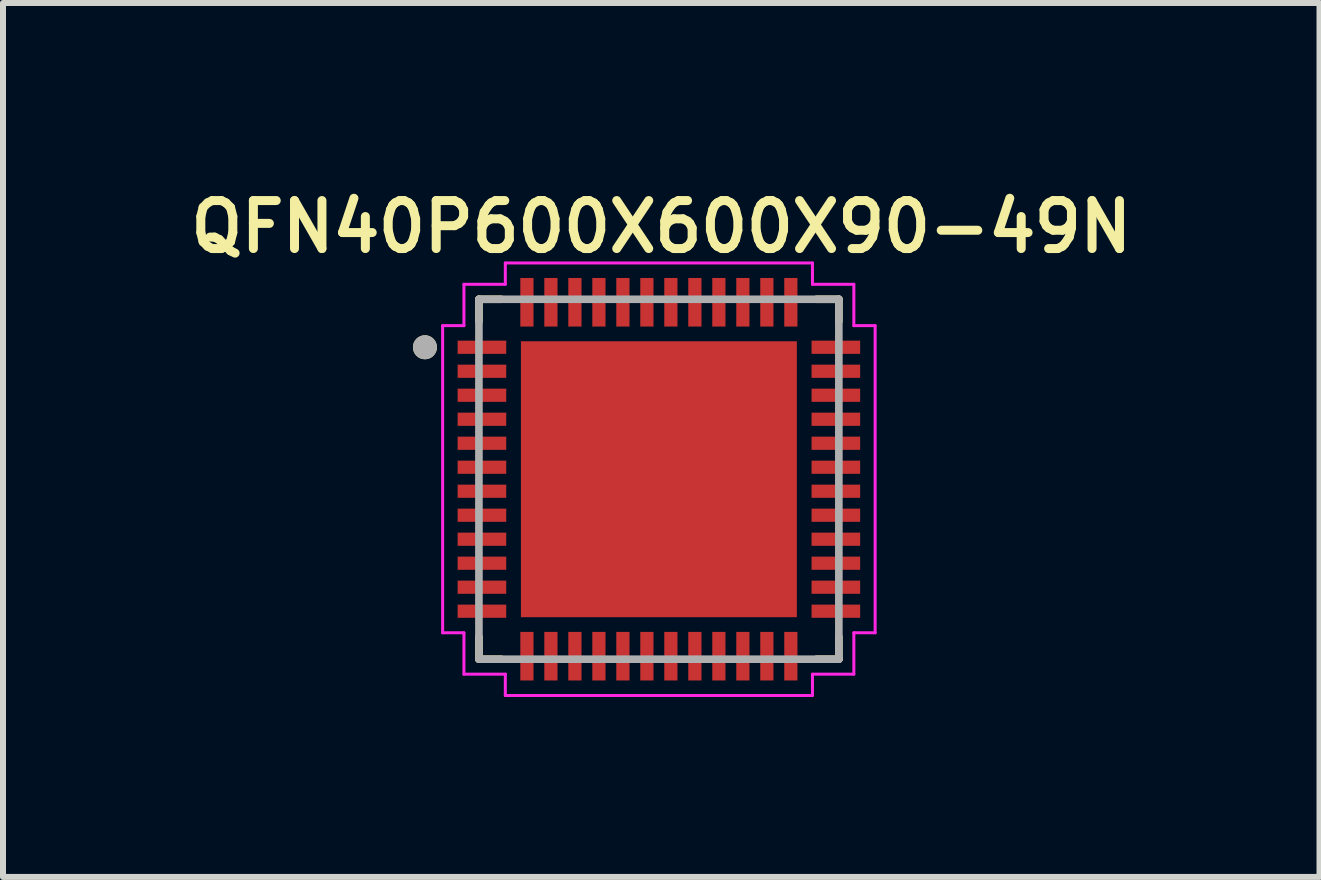
<source format=kicad_pcb>
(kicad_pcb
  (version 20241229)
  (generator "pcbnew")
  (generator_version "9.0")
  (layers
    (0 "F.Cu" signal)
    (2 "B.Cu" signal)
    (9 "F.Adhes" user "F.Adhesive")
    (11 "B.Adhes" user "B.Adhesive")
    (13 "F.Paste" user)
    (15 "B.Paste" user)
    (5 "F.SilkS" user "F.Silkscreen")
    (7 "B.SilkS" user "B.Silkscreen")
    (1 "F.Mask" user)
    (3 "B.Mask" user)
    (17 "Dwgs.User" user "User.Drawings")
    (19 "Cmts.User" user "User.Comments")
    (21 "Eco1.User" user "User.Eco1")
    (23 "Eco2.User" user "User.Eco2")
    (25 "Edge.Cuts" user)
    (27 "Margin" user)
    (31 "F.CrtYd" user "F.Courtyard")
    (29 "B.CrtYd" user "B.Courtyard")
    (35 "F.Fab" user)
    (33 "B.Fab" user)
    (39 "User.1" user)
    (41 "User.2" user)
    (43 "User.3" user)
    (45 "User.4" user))
  (footprint "QFN40P600X600X90-49N"
    (layer "F.Cu")
    (at 7.934 4.939)
    (property "Reference" "QFN40P600X600X90-49N" (at 0.04 -4.208 0) (layer "F.SilkS") (effects (font (size 0.8 0.8) (thickness 0.15))))
    (attr through_hole)
    (fp_line (start -3 -3) (end -3 -2.63) (stroke (width 0.127) (type solid)) (layer "F.SilkS"))
    (fp_line (start -3 2.63) (end -3 3) (stroke (width 0.127) (type solid)) (layer "F.SilkS"))
    (fp_line (start -3 3) (end -2.63 3) (stroke (width 0.127) (type solid)) (layer "F.SilkS"))
    (fp_line (start -2.63 -3) (end -3 -3) (stroke (width 0.127) (type solid)) (layer "F.SilkS"))
    (fp_line (start 2.63 3) (end 3 3) (stroke (width 0.127) (type solid)) (layer "F.SilkS"))
    (fp_line (start 3 -3) (end 2.63 -3) (stroke (width 0.127) (type solid)) (layer "F.SilkS"))
    (fp_line (start 3 -2.63) (end 3 -3) (stroke (width 0.127) (type solid)) (layer "F.SilkS"))
    (fp_line (start 3 3) (end 3 2.63) (stroke (width 0.127) (type solid)) (layer "F.SilkS"))
    (fp_circle (center -3.9 -2.2) (end -3.8 -2.2) (stroke (width 0.2) (type solid)) (fill no) (layer "F.SilkS"))
    (fp_poly (pts (xy -1.965 -1.965) (xy -0.335 -1.965) (xy -0.335 -0.335) (xy -1.965 -0.335)) (stroke (width 0.01) (type solid)) (fill yes) (layer "F.Paste"))
    (fp_poly (pts (xy -1.965 0.335) (xy -0.335 0.335) (xy -0.335 1.965) (xy -1.965 1.965)) (stroke (width 0.01) (type solid)) (fill yes) (layer "F.Paste"))
    (fp_poly (pts (xy 0.335 -1.965) (xy 1.965 -1.965) (xy 1.965 -0.335) (xy 0.335 -0.335)) (stroke (width 0.01) (type solid)) (fill yes) (layer "F.Paste"))
    (fp_poly (pts (xy 0.335 0.335) (xy 1.965 0.335) (xy 1.965 1.965) (xy 0.335 1.965)) (stroke (width 0.01) (type solid)) (fill yes) (layer "F.Paste"))
    (fp_line (start -3.605 -2.56) (end -3.25 -2.56) (stroke (width 0.05) (type solid)) (layer "F.CrtYd"))
    (fp_line (start -3.605 2.56) (end -3.605 -2.56) (stroke (width 0.05) (type solid)) (layer "F.CrtYd"))
    (fp_line (start -3.25 -3.25) (end -2.56 -3.25) (stroke (width 0.05) (type solid)) (layer "F.CrtYd"))
    (fp_line (start -3.25 -2.56) (end -3.25 -3.25) (stroke (width 0.05) (type solid)) (layer "F.CrtYd"))
    (fp_line (start -3.25 2.56) (end -3.605 2.56) (stroke (width 0.05) (type solid)) (layer "F.CrtYd"))
    (fp_line (start -3.25 3.25) (end -3.25 2.56) (stroke (width 0.05) (type solid)) (layer "F.CrtYd"))
    (fp_line (start -2.56 -3.605) (end 2.56 -3.605) (stroke (width 0.05) (type solid)) (layer "F.CrtYd"))
    (fp_line (start -2.56 -3.25) (end -2.56 -3.605) (stroke (width 0.05) (type solid)) (layer "F.CrtYd"))
    (fp_line (start -2.56 3.25) (end -3.25 3.25) (stroke (width 0.05) (type solid)) (layer "F.CrtYd"))
    (fp_line (start -2.56 3.605) (end -2.56 3.25) (stroke (width 0.05) (type solid)) (layer "F.CrtYd"))
    (fp_line (start 2.56 -3.605) (end 2.56 -3.25) (stroke (width 0.05) (type solid)) (layer "F.CrtYd"))
    (fp_line (start 2.56 -3.25) (end 3.25 -3.25) (stroke (width 0.05) (type solid)) (layer "F.CrtYd"))
    (fp_line (start 2.56 3.25) (end 2.56 3.605) (stroke (width 0.05) (type solid)) (layer "F.CrtYd"))
    (fp_line (start 2.56 3.605) (end -2.56 3.605) (stroke (width 0.05) (type solid)) (layer "F.CrtYd"))
    (fp_line (start 3.25 -3.25) (end 3.25 -2.56) (stroke (width 0.05) (type solid)) (layer "F.CrtYd"))
    (fp_line (start 3.25 -2.56) (end 3.605 -2.56) (stroke (width 0.05) (type solid)) (layer "F.CrtYd"))
    (fp_line (start 3.25 2.56) (end 3.25 3.25) (stroke (width 0.05) (type solid)) (layer "F.CrtYd"))
    (fp_line (start 3.25 3.25) (end 2.56 3.25) (stroke (width 0.05) (type solid)) (layer "F.CrtYd"))
    (fp_line (start 3.605 -2.56) (end 3.605 2.56) (stroke (width 0.05) (type solid)) (layer "F.CrtYd"))
    (fp_line (start 3.605 2.56) (end 3.25 2.56) (stroke (width 0.05) (type solid)) (layer "F.CrtYd"))
    (fp_line (start -3 -3) (end -3 3) (stroke (width 0.127) (type solid)) (layer "F.Fab"))
    (fp_line (start -3 3) (end 3 3) (stroke (width 0.127) (type solid)) (layer "F.Fab"))
    (fp_line (start 3 -3) (end -3 -3) (stroke (width 0.127) (type solid)) (layer "F.Fab"))
    (fp_line (start 3 3) (end 3 -3) (stroke (width 0.127) (type solid)) (layer "F.Fab"))
    (fp_circle (center -3.9 -2.2) (end -3.8 -2.2) (stroke (width 0.2) (type solid)) (fill no) (layer "F.Fab"))
    (pad "1" smd rect (at -2.95 -2.2) (size 0.81 0.22) (layers "F.Cu" "F.Mask" "F.Paste"))
    (pad "2" smd rect (at -2.95 -1.8) (size 0.81 0.22) (layers "F.Cu" "F.Mask" "F.Paste"))
    (pad "3" smd rect (at -2.95 -1.4) (size 0.81 0.22) (layers "F.Cu" "F.Mask" "F.Paste"))
    (pad "4" smd rect (at -2.95 -1) (size 0.81 0.22) (layers "F.Cu" "F.Mask" "F.Paste"))
    (pad "5" smd rect (at -2.95 -0.6) (size 0.81 0.22) (layers "F.Cu" "F.Mask" "F.Paste"))
    (pad "6" smd rect (at -2.95 -0.2) (size 0.81 0.22) (layers "F.Cu" "F.Mask" "F.Paste"))
    (pad "7" smd rect (at -2.95 0.2) (size 0.81 0.22) (layers "F.Cu" "F.Mask" "F.Paste"))
    (pad "8" smd rect (at -2.95 0.6) (size 0.81 0.22) (layers "F.Cu" "F.Mask" "F.Paste"))
    (pad "9" smd rect (at -2.95 1) (size 0.81 0.22) (layers "F.Cu" "F.Mask" "F.Paste"))
    (pad "10" smd rect (at -2.95 1.4) (size 0.81 0.22) (layers "F.Cu" "F.Mask" "F.Paste"))
    (pad "11" smd rect (at -2.95 1.8) (size 0.81 0.22) (layers "F.Cu" "F.Mask" "F.Paste"))
    (pad "12" smd rect (at -2.95 2.2) (size 0.81 0.22) (layers "F.Cu" "F.Mask" "F.Paste"))
    (pad "13" smd rect (at -2.2 2.95) (size 0.22 0.81) (layers "F.Cu" "F.Mask" "F.Paste"))
    (pad "14" smd rect (at -1.8 2.95) (size 0.22 0.81) (layers "F.Cu" "F.Mask" "F.Paste"))
    (pad "15" smd rect (at -1.4 2.95) (size 0.22 0.81) (layers "F.Cu" "F.Mask" "F.Paste"))
    (pad "16" smd rect (at -1 2.95) (size 0.22 0.81) (layers "F.Cu" "F.Mask" "F.Paste"))
    (pad "17" smd rect (at -0.6 2.95) (size 0.22 0.81) (layers "F.Cu" "F.Mask" "F.Paste"))
    (pad "18" smd rect (at -0.2 2.95) (size 0.22 0.81) (layers "F.Cu" "F.Mask" "F.Paste"))
    (pad "19" smd rect (at 0.2 2.95) (size 0.22 0.81) (layers "F.Cu" "F.Mask" "F.Paste"))
    (pad "20" smd rect (at 0.6 2.95) (size 0.22 0.81) (layers "F.Cu" "F.Mask" "F.Paste"))
    (pad "21" smd rect (at 1 2.95) (size 0.22 0.81) (layers "F.Cu" "F.Mask" "F.Paste"))
    (pad "22" smd rect (at 1.4 2.95) (size 0.22 0.81) (layers "F.Cu" "F.Mask" "F.Paste"))
    (pad "23" smd rect (at 1.8 2.95) (size 0.22 0.81) (layers "F.Cu" "F.Mask" "F.Paste"))
    (pad "24" smd rect (at 2.2 2.95) (size 0.22 0.81) (layers "F.Cu" "F.Mask" "F.Paste"))
    (pad "25" smd rect (at 2.95 2.2) (size 0.81 0.22) (layers "F.Cu" "F.Mask" "F.Paste"))
    (pad "26" smd rect (at 2.95 1.8) (size 0.81 0.22) (layers "F.Cu" "F.Mask" "F.Paste"))
    (pad "27" smd rect (at 2.95 1.4) (size 0.81 0.22) (layers "F.Cu" "F.Mask" "F.Paste"))
    (pad "28" smd rect (at 2.95 1) (size 0.81 0.22) (layers "F.Cu" "F.Mask" "F.Paste"))
    (pad "29" smd rect (at 2.95 0.6) (size 0.81 0.22) (layers "F.Cu" "F.Mask" "F.Paste"))
    (pad "30" smd rect (at 2.95 0.2) (size 0.81 0.22) (layers "F.Cu" "F.Mask" "F.Paste"))
    (pad "31" smd rect (at 2.95 -0.2) (size 0.81 0.22) (layers "F.Cu" "F.Mask" "F.Paste"))
    (pad "32" smd rect (at 2.95 -0.6) (size 0.81 0.22) (layers "F.Cu" "F.Mask" "F.Paste"))
    (pad "33" smd rect (at 2.95 -1) (size 0.81 0.22) (layers "F.Cu" "F.Mask" "F.Paste"))
    (pad "34" smd rect (at 2.95 -1.4) (size 0.81 0.22) (layers "F.Cu" "F.Mask" "F.Paste"))
    (pad "35" smd rect (at 2.95 -1.8) (size 0.81 0.22) (layers "F.Cu" "F.Mask" "F.Paste"))
    (pad "36" smd rect (at 2.95 -2.2) (size 0.81 0.22) (layers "F.Cu" "F.Mask" "F.Paste"))
    (pad "37" smd rect (at 2.2 -2.95) (size 0.22 0.81) (layers "F.Cu" "F.Mask" "F.Paste"))
    (pad "38" smd rect (at 1.8 -2.95) (size 0.22 0.81) (layers "F.Cu" "F.Mask" "F.Paste"))
    (pad "39" smd rect (at 1.4 -2.95) (size 0.22 0.81) (layers "F.Cu" "F.Mask" "F.Paste"))
    (pad "40" smd rect (at 1 -2.95) (size 0.22 0.81) (layers "F.Cu" "F.Mask" "F.Paste"))
    (pad "41" smd rect (at 0.6 -2.95) (size 0.22 0.81) (layers "F.Cu" "F.Mask" "F.Paste"))
    (pad "42" smd rect (at 0.2 -2.95) (size 0.22 0.81) (layers "F.Cu" "F.Mask" "F.Paste"))
    (pad "43" smd rect (at -0.2 -2.95) (size 0.22 0.81) (layers "F.Cu" "F.Mask" "F.Paste"))
    (pad "44" smd rect (at -0.6 -2.95) (size 0.22 0.81) (layers "F.Cu" "F.Mask" "F.Paste"))
    (pad "45" smd rect (at -1 -2.95) (size 0.22 0.81) (layers "F.Cu" "F.Mask" "F.Paste"))
    (pad "46" smd rect (at -1.4 -2.95) (size 0.22 0.81) (layers "F.Cu" "F.Mask" "F.Paste"))
    (pad "47" smd rect (at -1.8 -2.95) (size 0.22 0.81) (layers "F.Cu" "F.Mask" "F.Paste"))
    (pad "48" smd rect (at -2.2 -2.95) (size 0.22 0.81) (layers "F.Cu" "F.Mask" "F.Paste"))
    (pad "49" smd rect (at 0 0) (size 4.6 4.6) (layers "F.Cu" "F.Mask")))
  (gr_rect
    (start -3 -3)
    (end 18.947 11.569)
    (stroke (width 0.1) (type default))
    (fill no)
    (layer "Edge.Cuts")))
</source>
